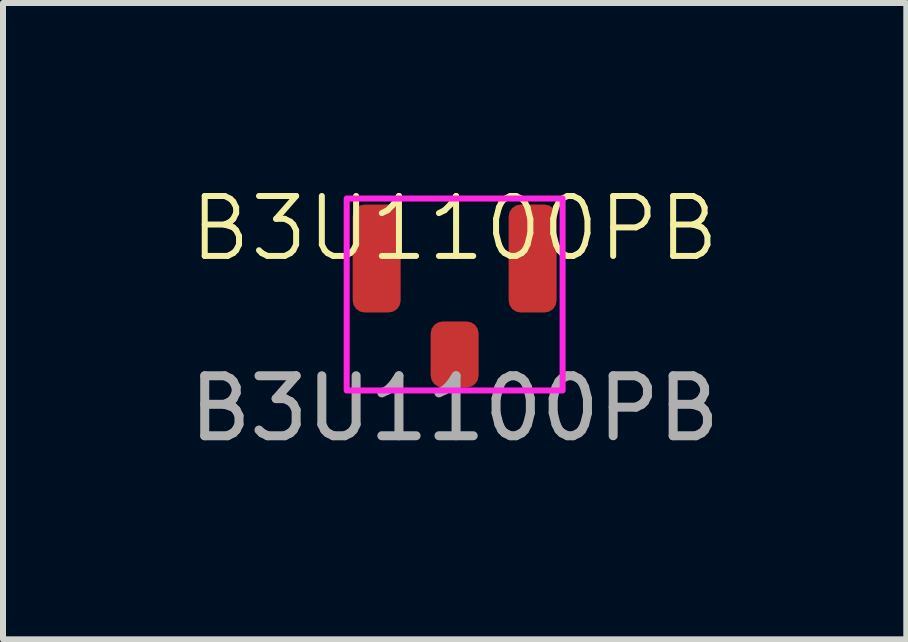
<source format=kicad_pcb>
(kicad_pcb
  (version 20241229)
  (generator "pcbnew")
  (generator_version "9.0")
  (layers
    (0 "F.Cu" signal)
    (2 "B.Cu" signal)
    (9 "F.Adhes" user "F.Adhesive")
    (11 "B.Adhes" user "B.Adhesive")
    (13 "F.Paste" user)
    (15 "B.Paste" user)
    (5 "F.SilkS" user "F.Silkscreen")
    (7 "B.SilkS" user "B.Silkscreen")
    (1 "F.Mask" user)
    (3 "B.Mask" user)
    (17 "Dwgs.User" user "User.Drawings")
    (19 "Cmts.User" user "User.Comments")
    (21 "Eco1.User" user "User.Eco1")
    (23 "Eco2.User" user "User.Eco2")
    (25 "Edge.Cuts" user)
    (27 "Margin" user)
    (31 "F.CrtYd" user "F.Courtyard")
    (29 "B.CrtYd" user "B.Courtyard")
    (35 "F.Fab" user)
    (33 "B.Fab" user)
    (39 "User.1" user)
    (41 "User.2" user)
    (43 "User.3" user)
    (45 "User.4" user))
  (footprint "B3U1100PB"
    (layer "F.Cu")
    (at 4.53 1.26)
    (property "Reference" "B3U1100PB" (at 0 -0.5 0) (unlocked yes) (layer "F.SilkS") (effects (font (size 1 1) (thickness 0.1))))
    (attr smd)
    (fp_rect (start -1.8 -1) (end 1.8 2.2) (stroke (width 0.1) (type default)) (fill no) (layer "F.CrtYd"))
    (fp_text user "${REFERENCE}" (at 0 2.5 0) (unlocked yes) (layer "F.Fab") (effects (font (size 1 1) (thickness 0.15))))
    (pad "1" smd roundrect (at -1.3 0 90) (size 1.8 0.8) (layers "F.Cu" "F.Mask" "F.Paste") (roundrect_rratio 0.25))
    (pad "2" smd roundrect (at 1.3 0 90) (size 1.8 0.8) (layers "F.Cu" "F.Mask" "F.Paste") (roundrect_rratio 0.25))
    (pad "3" smd roundrect (at 0 1.6 180) (size 0.8 1.1) (layers "F.Cu" "F.Mask" "F.Paste") (roundrect_rratio 0.25)))
  (gr_rect
    (start -3 -3)
    (end 12.06 7.609)
    (stroke (width 0.1) (type default))
    (fill no)
    (layer "Edge.Cuts")))
</source>
